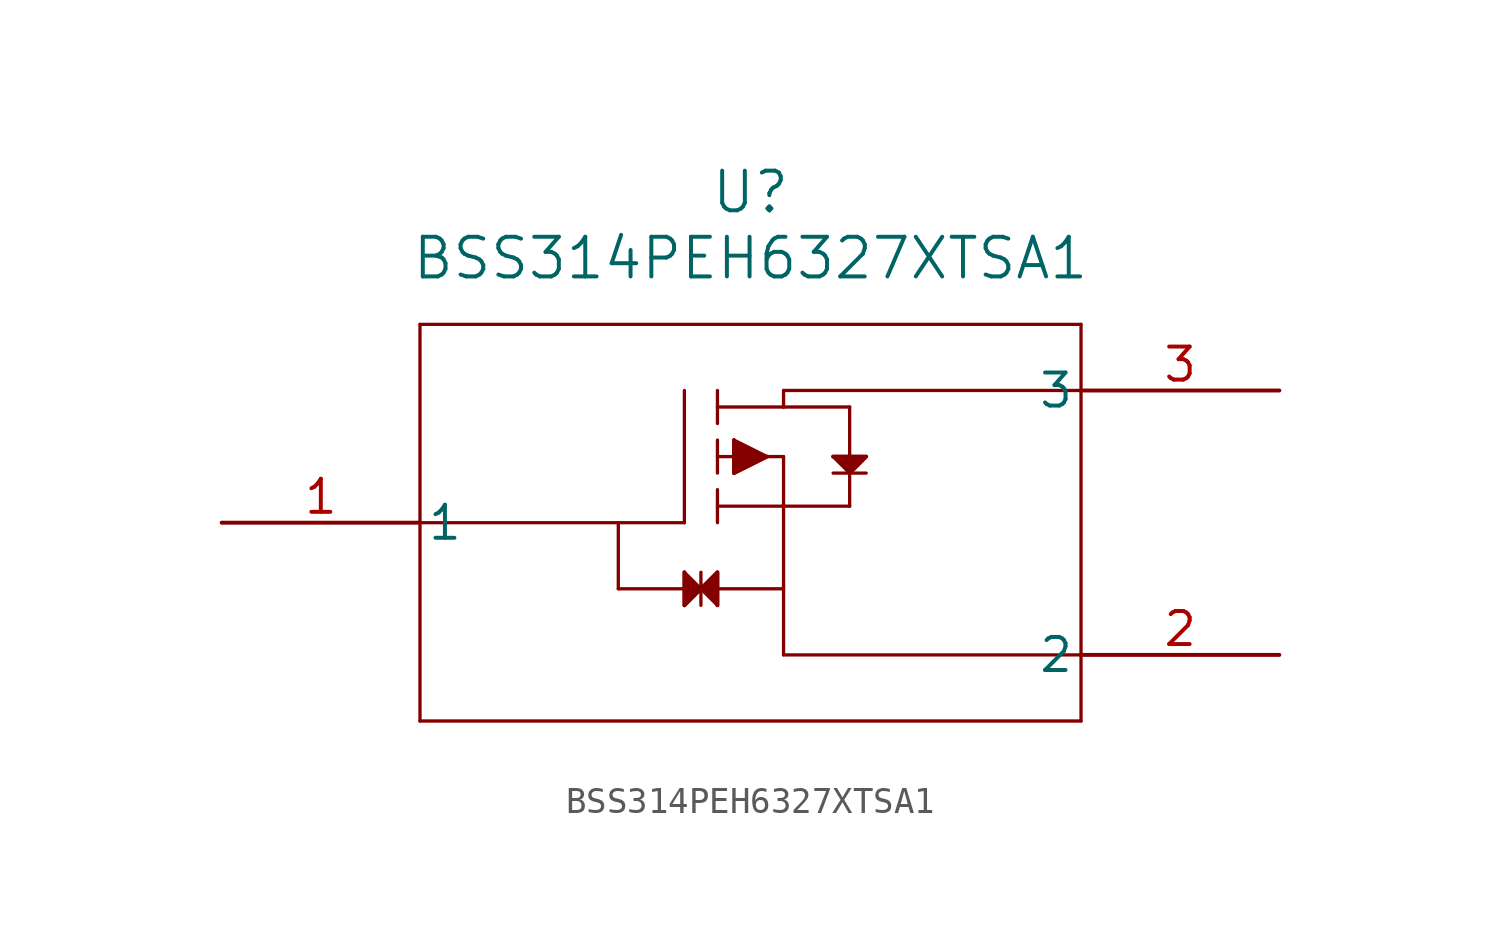
<source format=kicad_sym>
(kicad_symbol_lib
  (version 20211014)
  (generator kicad_symbol_editor)
  (symbol "BSS314PEH6327XTSA1"
    (pin_names
      (offset 0.254))
    (property "Reference" "U"
      (at 20.32 12.7 0)
      (effects (font (size 1.524 1.524))))
    (property "Value" "BSS314PEH6327XTSA1"
      (at 20.32 10.16 0)
      (effects (font (size 1.524 1.524))))
    (symbol "BSS314PEH6327XTSA1_0_1"
      (polyline (pts (xy 7.62 7.62) (xy 7.62 -7.62)) (stroke (width 0.127) (type default) (color 0 0 0 0)) (fill (type none)))
      (polyline (pts (xy 7.62 -7.62) (xy 33.02 -7.62)) (stroke (width 0.127) (type default) (color 0 0 0 0)) (fill (type none)))
      (polyline (pts (xy 33.02 -7.62) (xy 33.02 7.62)) (stroke (width 0.127) (type default) (color 0 0 0 0)) (fill (type none)))
      (polyline (pts (xy 33.02 7.62) (xy 7.62 7.62)) (stroke (width 0.127) (type default) (color 0 0 0 0)) (fill (type none)))
      (polyline (pts (xy 7.62 0) (xy 17.78 0)) (stroke (width 0.127) (type default) (color 0 0 0 0)) (fill (type none)))
      (polyline (pts (xy 17.78 5.08) (xy 17.78 0)) (stroke (width 0.127) (type default) (color 0 0 0 0)) (fill (type none)))
      (polyline (pts (xy 19.05 5.08) (xy 19.05 3.81)) (stroke (width 0.127) (type default) (color 0 0 0 0)) (fill (type none)))
      (polyline (pts (xy 19.05 3.175) (xy 19.05 1.905)) (stroke (width 0.127) (type default) (color 0 0 0 0)) (fill (type none)))
      (polyline (pts (xy 19.05 1.27) (xy 19.05 0)) (stroke (width 0.127) (type default) (color 0 0 0 0)) (fill (type none)))
      (polyline (pts (xy 20.955 2.54) (xy 21.59 2.54)) (stroke (width 0.127) (type default) (color 0 0 0 0)) (fill (type none)))
      (polyline (pts (xy 19.05 4.445) (xy 21.59 4.445)) (stroke (width 0.127) (type default) (color 0 0 0 0)) (fill (type none)))
      (polyline (pts (xy 19.05 0.635) (xy 24.13 0.635)) (stroke (width 0.127) (type default) (color 0 0 0 0)) (fill (type none)))
      (polyline (pts (xy 21.59 2.54) (xy 21.59 -5.08)) (stroke (width 0.127) (type default) (color 0 0 0 0)) (fill (type none)))
      (polyline (pts (xy 21.59 -5.08) (xy 33.02 -5.08)) (stroke (width 0.127) (type default) (color 0 0 0 0)) (fill (type none)))
      (polyline (pts (xy 21.59 4.445) (xy 21.59 5.08)) (stroke (width 0.127) (type default) (color 0 0 0 0)) (fill (type none)))
      (polyline (pts (xy 21.59 5.08) (xy 33.02 5.08)) (stroke (width 0.127) (type default) (color 0 0 0 0)) (fill (type none)))
      (polyline (pts (xy 21.59 4.445) (xy 24.13 4.445)) (stroke (width 0.127) (type default) (color 0 0 0 0)) (fill (type none)))
      (polyline (pts (xy 24.13 1.905) (xy 24.13 0.635)) (stroke (width 0.127) (type default) (color 0 0 0 0)) (fill (type none)))
      (polyline (pts (xy 17.78 -2.54) (xy 15.24 -2.54)) (stroke (width 0.127) (type default) (color 0 0 0 0)) (fill (type none)))
      (polyline (pts (xy 15.24 0) (xy 15.24 -2.54)) (stroke (width 0.127) (type default) (color 0 0 0 0)) (fill (type none)))
      (polyline (pts (xy 18.415 -1.905) (xy 18.415 -3.175)) (stroke (width 0.127) (type default) (color 0 0 0 0)) (fill (type none)))
      (polyline (pts (xy 17.78 -3.175) (xy 19.05 -1.905)) (stroke (width 0.127) (type default) (color 0 0 0 0)) (fill (type none)))
      (polyline (pts (xy 19.05 -1.905) (xy 19.05 -3.175)) (stroke (width 0.127) (type default) (color 0 0 0 0)) (fill (type none)))
      (polyline (pts (xy 17.78 -1.905) (xy 19.05 -3.175)) (stroke (width 0.127) (type default) (color 0 0 0 0)) (fill (type none)))
      (polyline (pts (xy 17.78 -1.905) (xy 17.78 -3.175)) (stroke (width 0.127) (type default) (color 0 0 0 0)) (fill (type none)))
      (polyline (pts (xy 20.955 2.54) (xy 19.685 3.175)) (stroke (width 0.127) (type default) (color 0 0 0 0)) (fill (type none)))
      (polyline (pts (xy 19.685 3.175) (xy 19.685 1.905)) (stroke (width 0.127) (type default) (color 0 0 0 0)) (fill (type none)))
      (polyline (pts (xy 19.685 1.905) (xy 20.955 2.54)) (stroke (width 0.127) (type default) (color 0 0 0 0)) (fill (type none)))
      (polyline (pts (xy 19.685 2.54) (xy 19.05 2.54)) (stroke (width 0.127) (type default) (color 0 0 0 0)) (fill (type none)))
      (polyline (pts (xy 23.495 1.905) (xy 24.765 1.905)) (stroke (width 0.127) (type default) (color 0 0 0 0)) (fill (type none)))
      (polyline (pts (xy 23.495 2.54) (xy 24.13 1.905)) (stroke (width 0.127) (type default) (color 0 0 0 0)) (fill (type none)))
      (polyline (pts (xy 24.13 1.905) (xy 24.765 2.54)) (stroke (width 0.127) (type default) (color 0 0 0 0)) (fill (type none)))
      (polyline (pts (xy 24.765 2.54) (xy 23.495 2.54)) (stroke (width 0.127) (type default) (color 0 0 0 0)) (fill (type none)))
      (polyline (pts (xy 24.13 4.445) (xy 24.13 2.54)) (stroke (width 0.127) (type default) (color 0 0 0 0)) (fill (type none)))
      (polyline (pts (xy 19.05 -2.54) (xy 21.59 -2.54)) (stroke (width 0.127) (type default) (color 0 0 0 0)) (fill (type none)))
      (polyline (pts (xy 19.685 3.175) (xy 19.685 1.905) (xy 20.955 2.54)) (stroke (width 0) (type default) (color 0 0 0 0)) (fill (type outline)))
      (polyline (pts (xy 23.495 2.54) (xy 24.765 2.54) (xy 24.13 1.905)) (stroke (width 0) (type default) (color 0 0 0 0)) (fill (type outline)))
      (polyline (pts (xy 17.78 -1.905) (xy 17.78 -3.175) (xy 19.05 -1.905) (xy 19.05 -3.175)) (stroke (width 0) (type default) (color 0 0 0 0)) (fill (type outline)))
      (pin unspecified line (at 0 0 0) (length 7.62) (name "1" (effects (font (size 1.27 1.27)))) (number "1" (effects (font (size 1.27 1.27)))))
      (pin unspecified line (at 40.64 -5.08 180) (length 7.62) (name "2" (effects (font (size 1.27 1.27)))) (number "2" (effects (font (size 1.27 1.27)))))
      (pin unspecified line (at 40.64 5.08 180) (length 7.62) (name "3" (effects (font (size 1.27 1.27)))) (number "3" (effects (font (size 1.27 1.27))))))))
</source>
